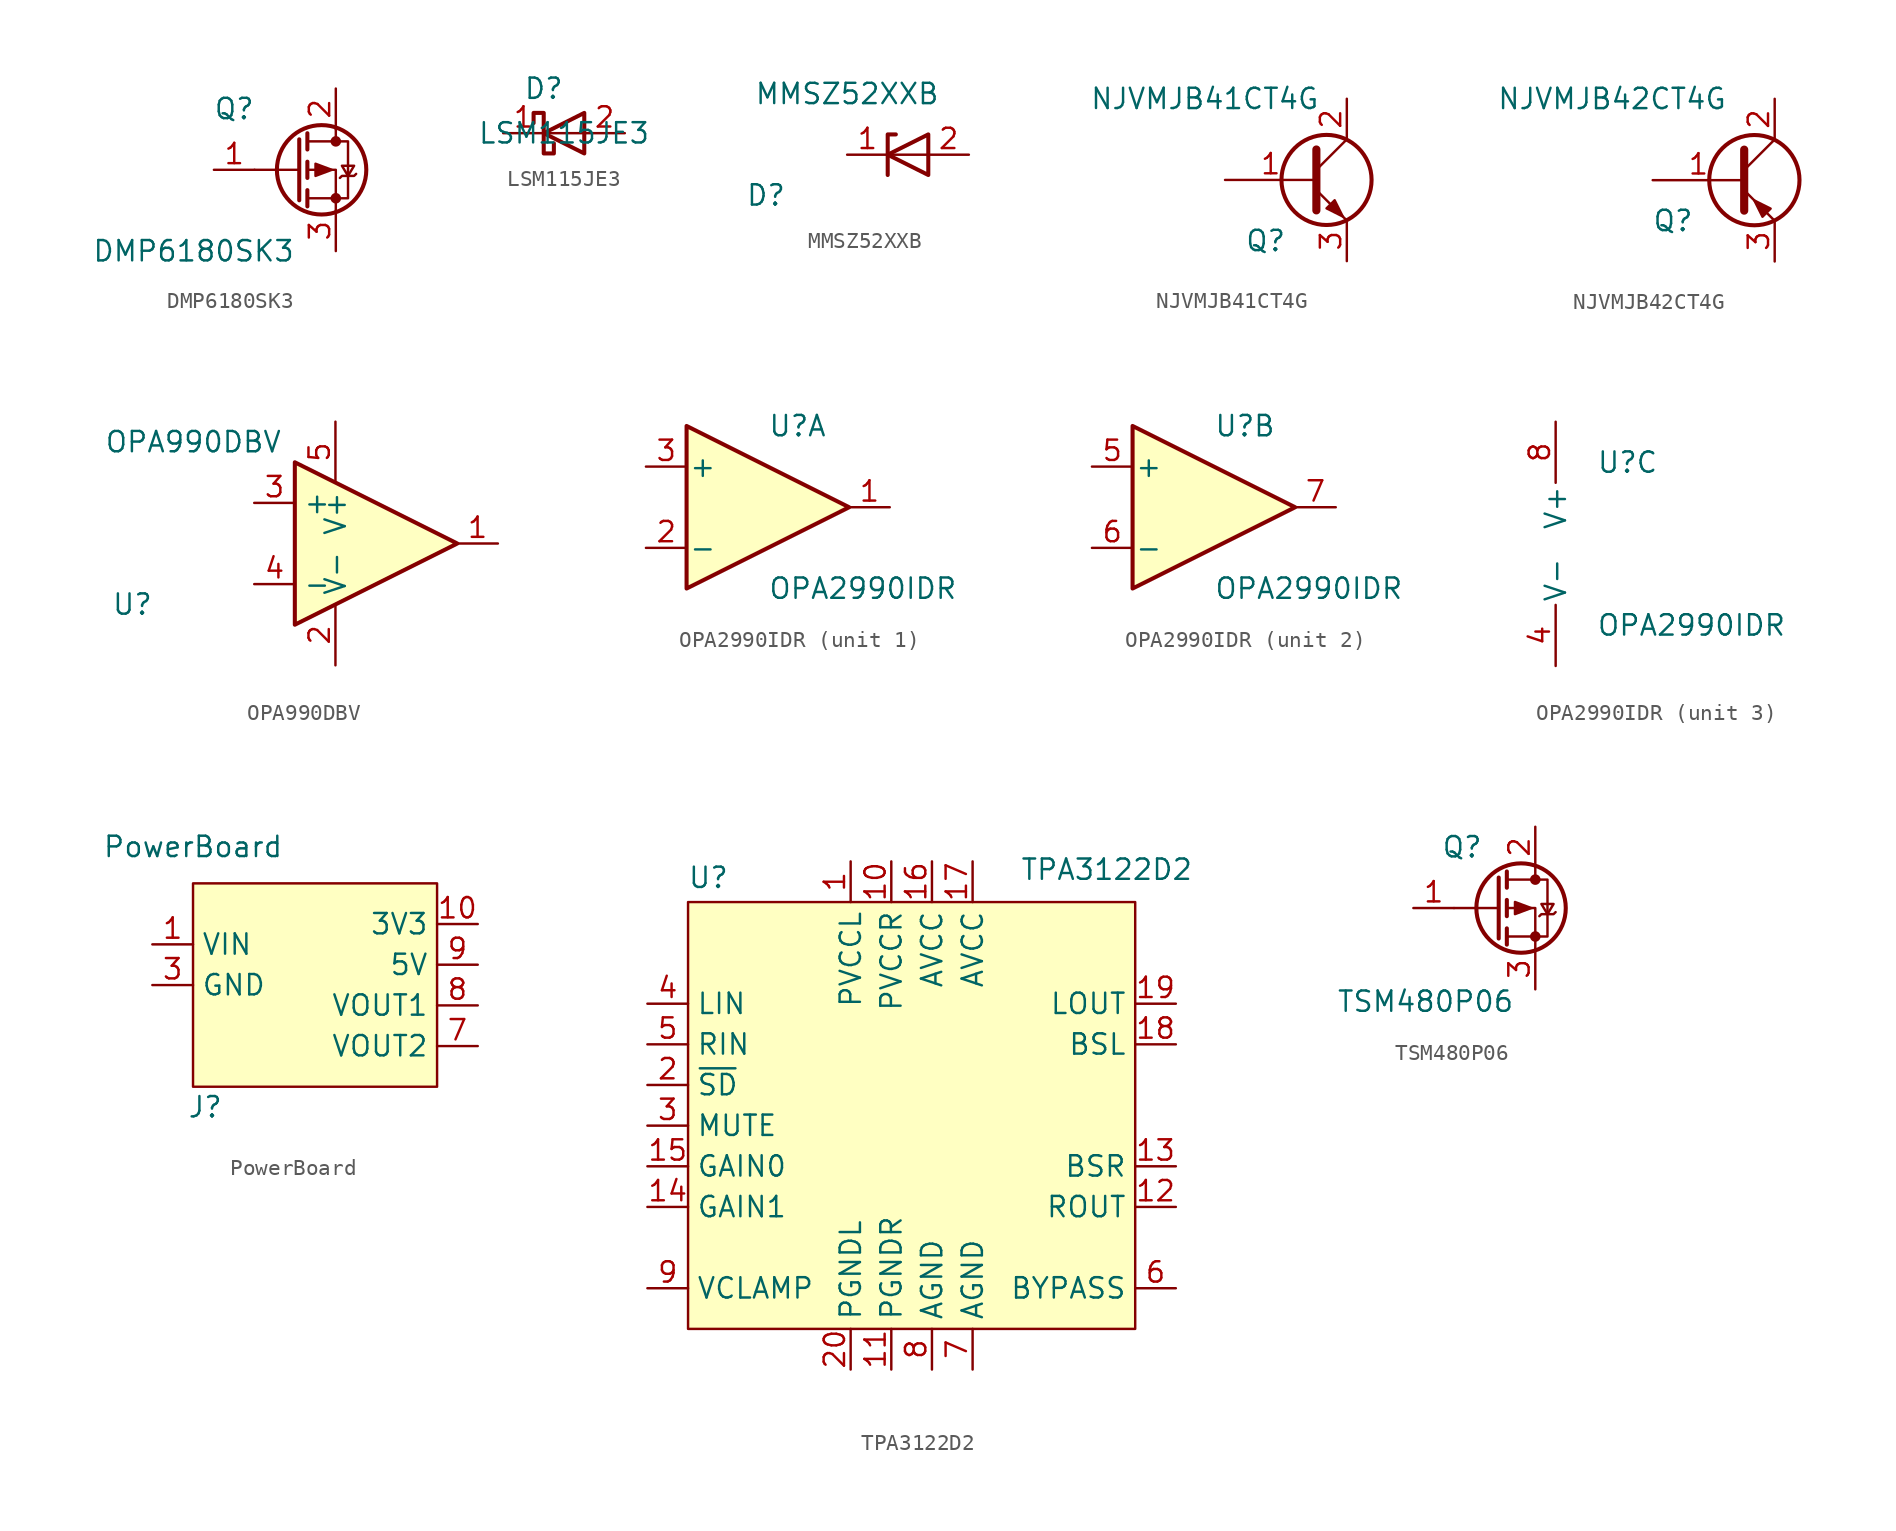
<source format=kicad_sym>
(kicad_symbol_lib
  (version 20231120)
  (generator "kicad_symbol_editor")
  (generator_version "8.0")
  (symbol "DMP6180SK3"
    (pin_names hide)
    (property "Reference" "Q"
      (at -6.35 3.81 0)
      (effects (font (size 1.27 1.27))))
    (property "Value" "DMP6180SK3"
      (at -8.89 -5.08 0)
      (effects (font (size 1.27 1.27))))
    (symbol "DMP6180SK3_0_1"
      (circle (center -0.889 0) (radius 2.794) (stroke (width 0.254) (type default)) (fill (type none)))
      (circle (center 0 -1.778) (radius 0.254) (stroke (width 0) (type default)) (fill (type outline)))
      (polyline (pts (xy -2.286 0) (xy -5.08 0)) (stroke (width 0) (type default)) (fill (type none)))
      (polyline (pts (xy -2.286 1.905) (xy -2.286 -1.905)) (stroke (width 0.254) (type default)) (fill (type none)))
      (polyline (pts (xy -1.778 -1.27) (xy -1.778 -2.286)) (stroke (width 0.254) (type default)) (fill (type none)))
      (polyline (pts (xy -1.778 0.508) (xy -1.778 -0.508)) (stroke (width 0.254) (type default)) (fill (type none)))
      (polyline (pts (xy -1.778 2.286) (xy -1.778 1.27)) (stroke (width 0.254) (type default)) (fill (type none)))
      (polyline (pts (xy 0 2.54) (xy 0 1.778)) (stroke (width 0) (type default)) (fill (type none)))
      (polyline (pts (xy 0 -2.54) (xy 0 0) (xy -1.778 0)) (stroke (width 0) (type default)) (fill (type none)))
      (polyline (pts (xy -1.778 1.778) (xy 0.762 1.778) (xy 0.762 -1.778) (xy -1.778 -1.778)) (stroke (width 0) (type default)) (fill (type none)))
      (polyline (pts (xy -0.254 0) (xy -1.27 0.381) (xy -1.27 -0.381) (xy -0.254 0)) (stroke (width 0) (type default)) (fill (type outline)))
      (polyline (pts (xy 0.254 -0.508) (xy 0.381 -0.381) (xy 1.143 -0.381) (xy 1.27 -0.254)) (stroke (width 0) (type default)) (fill (type none)))
      (polyline (pts (xy 0.762 -0.381) (xy 0.381 0.254) (xy 1.143 0.254) (xy 0.762 -0.381)) (stroke (width 0) (type default)) (fill (type none)))
      (circle (center 0 1.778) (radius 0.254) (stroke (width 0) (type default)) (fill (type outline))))
    (symbol "DMP6180SK3_1_1"
      (pin input line (at -7.62 0 0) (length 2.54) (name "G" (effects (font (size 1.27 1.27)))) (number "1" (effects (font (size 1.27 1.27)))))
      (pin passive line (at 0 5.08 270) (length 2.54) (name "D" (effects (font (size 1.27 1.27)))) (number "2" (effects (font (size 1.27 1.27)))))
      (pin passive line (at 0 -5.08 90) (length 2.54) (name "S" (effects (font (size 1.27 1.27)))) (number "3" (effects (font (size 1.27 1.27)))))))
  (symbol "LSM115JE3"
    (pin_names hide)
    (property "Reference" "D"
      (at -1.27 2.794 0)
      (effects (font (size 1.27 1.27))))
    (property "Value" "LSM115JE3"
      (at 0 0 0)
      (effects (font (size 1.27 1.27))))
    (symbol "LSM115JE3_0_1"
      (polyline (pts (xy 1.27 0) (xy -1.27 0)) (stroke (width 0) (type default)) (fill (type none)))
      (polyline (pts (xy 1.27 1.27) (xy 1.27 -1.27) (xy -1.27 0) (xy 1.27 1.27)) (stroke (width 0.254) (type default)) (fill (type none)))
      (polyline (pts (xy -1.905 0.635) (xy -1.905 1.27) (xy -1.27 1.27) (xy -1.27 -1.27) (xy -0.635 -1.27) (xy -0.635 -0.635)) (stroke (width 0.254) (type default)) (fill (type none))))
    (symbol "LSM115JE3_1_1"
      (pin passive line (at -3.81 0 0) (length 2.54) (name "K" (effects (font (size 1.27 1.27)))) (number "1" (effects (font (size 1.27 1.27)))))
      (pin passive line (at 3.81 0 180) (length 2.54) (name "A" (effects (font (size 1.27 1.27)))) (number "2" (effects (font (size 1.27 1.27)))))))
  (symbol "MMSZ52XXB"
    (pin_names hide)
    (property "Reference" "D"
      (at -7.62 -2.54 0)
      (effects (font (size 1.27 1.27))))
    (property "Value" "MMSZ52XXB"
      (at -2.54 3.81 0)
      (effects (font (size 1.27 1.27))))
    (symbol "MMSZ52XXB_0_1"
      (polyline (pts (xy 2.54 0) (xy 0 0)) (stroke (width 0) (type default)) (fill (type none)))
      (polyline (pts (xy 0 -1.27) (xy 0 1.27) (xy 0.508 1.27)) (stroke (width 0.254) (type default)) (fill (type none)))
      (polyline (pts (xy 2.54 -1.27) (xy 2.54 1.27) (xy 0 0) (xy 2.54 -1.27)) (stroke (width 0.254) (type default)) (fill (type none))))
    (symbol "MMSZ52XXB_1_1"
      (pin passive line (at -2.54 0 0) (length 2.54) (name "K" (effects (font (size 1.27 1.27)))) (number "1" (effects (font (size 1.27 1.27)))))
      (pin passive line (at 5.08 0 180) (length 2.54) (name "A" (effects (font (size 1.27 1.27)))) (number "2" (effects (font (size 1.27 1.27)))))))
  (symbol "NJVMJB41CT4G"
    (pin_names
      (offset 0.002) hide)
    (property "Reference" "Q"
      (at -5.08 -3.81 0)
      (effects (font (size 1.27 1.27))))
    (property "Value" "NJVMJB41CT4G"
      (at -8.89 5.08 0)
      (effects (font (size 1.27 1.27))))
    (symbol "NJVMJB41CT4G_0_1"
      (circle (center -1.27 0) (radius 2.819) (stroke (width 0.254) (type default)) (fill (type none)))
      (polyline (pts (xy -1.905 0.635) (xy 0 2.54)) (stroke (width 0) (type default)) (fill (type none)))
      (polyline (pts (xy -1.905 -0.635) (xy 0 -2.54) (xy 0 -2.54)) (stroke (width 0) (type default)) (fill (type none)))
      (polyline (pts (xy -1.905 1.905) (xy -1.905 -1.905) (xy -1.905 -1.905)) (stroke (width 0.508) (type default)) (fill (type none)))
      (polyline (pts (xy -1.27 -1.778) (xy -0.762 -1.27) (xy -0.254 -2.286) (xy -1.27 -1.778) (xy -1.27 -1.778)) (stroke (width 0) (type default)) (fill (type outline))))
    (symbol "NJVMJB41CT4G_1_1"
      (pin input line (at -7.62 0 0) (length 5.715) (name "B" (effects (font (size 1.27 1.27)))) (number "1" (effects (font (size 1.27 1.27)))))
      (pin passive line (at 0 5.08 270) (length 2.54) (name "C" (effects (font (size 1.27 1.27)))) (number "2" (effects (font (size 1.27 1.27)))))
      (pin passive line (at 0 -5.08 90) (length 2.54) (name "E" (effects (font (size 1.27 1.27)))) (number "3" (effects (font (size 1.27 1.27)))))))
  (symbol "NJVMJB42CT4G"
    (pin_names
      (offset 0.002) hide)
    (property "Reference" "Q"
      (at -5.08 -2.54 0)
      (effects (font (size 1.27 1.27))))
    (property "Value" "NJVMJB42CT4G"
      (at -8.89 5.08 0)
      (effects (font (size 1.27 1.27))))
    (symbol "NJVMJB42CT4G_0_1"
      (polyline (pts (xy -0.635 0.635) (xy 1.27 2.54)) (stroke (width 0) (type default)) (fill (type none)))
      (polyline (pts (xy -0.635 -0.635) (xy 1.27 -2.54) (xy 1.27 -2.54)) (stroke (width 0) (type default)) (fill (type none)))
      (polyline (pts (xy -0.635 1.905) (xy -0.635 -1.905) (xy -0.635 -1.905)) (stroke (width 0.508) (type default)) (fill (type none)))
      (polyline (pts (xy 1.016 -1.778) (xy 0.508 -2.286) (xy 0 -1.27) (xy 1.016 -1.778) (xy 1.016 -1.778)) (stroke (width 0) (type default)) (fill (type outline)))
      (circle (center 0 0) (radius 2.819) (stroke (width 0.254) (type default)) (fill (type none))))
    (symbol "NJVMJB42CT4G_1_1"
      (pin input line (at -6.35 0 0) (length 5.715) (name "B" (effects (font (size 1.27 1.27)))) (number "1" (effects (font (size 1.27 1.27)))))
      (pin passive line (at 1.27 5.08 270) (length 2.54) (name "C" (effects (font (size 1.27 1.27)))) (number "2" (effects (font (size 1.27 1.27)))))
      (pin passive line (at 1.27 -5.08 90) (length 2.54) (name "E" (effects (font (size 1.27 1.27)))) (number "3" (effects (font (size 1.27 1.27)))))))
  (symbol "OPA990DBV"
    (property "Reference" "U"
      (at -12.7 -3.81 0)
      (effects (font (size 1.27 1.27))))
    (property "Value" "OPA990DBV"
      (at -8.89 6.35 0)
      (effects (font (size 1.27 1.27))))
    (symbol "OPA990DBV_0_1"
      (polyline (pts (xy -2.54 5.08) (xy -2.54 -5.08) (xy 7.62 0) (xy -2.54 5.08)) (stroke (width 0.254) (type default)) (fill (type background))))
    (symbol "OPA990DBV_1_1"
      (pin output line (at 10.16 0 180) (length 2.54) (name "~" (effects (font (size 1.27 1.27)))) (number "1" (effects (font (size 1.27 1.27)))))
      (pin power_in line (at 0 -7.62 90) (length 3.81) (name "V-" (effects (font (size 1.27 1.27)))) (number "2" (effects (font (size 1.27 1.27)))))
      (pin input line (at -5.08 2.54 0) (length 2.54) (name "+" (effects (font (size 1.27 1.27)))) (number "3" (effects (font (size 1.27 1.27)))))
      (pin input line (at -5.08 -2.54 0) (length 2.54) (name "-" (effects (font (size 1.27 1.27)))) (number "4" (effects (font (size 1.27 1.27)))))
      (pin power_in line (at 0 7.62 270) (length 3.81) (name "V+" (effects (font (size 1.27 1.27)))) (number "5" (effects (font (size 1.27 1.27)))))))
  (symbol "OPA2990IDR"
    (pin_names
      (offset 0.127))
    (property "Reference" "U"
      (at 0 5.08 0)
      (effects (font (size 1.27 1.27)) (justify left)))
    (property "Value" "OPA2990IDR"
      (at 0 -5.08 0)
      (effects (font (size 1.27 1.27)) (justify left)))
    (property "ki_locked" ""
      (at 0 0 0)
      (effects (font (size 1.27 1.27))))
    (symbol "OPA2990IDR_1_1"
      (polyline (pts (xy -5.08 5.08) (xy 5.08 0) (xy -5.08 -5.08) (xy -5.08 5.08)) (stroke (width 0.254) (type default)) (fill (type background)))
      (pin output line (at 7.62 0 180) (length 2.54) (name "~" (effects (font (size 1.27 1.27)))) (number "1" (effects (font (size 1.27 1.27)))))
      (pin input line (at -7.62 -2.54 0) (length 2.54) (name "-" (effects (font (size 1.27 1.27)))) (number "2" (effects (font (size 1.27 1.27)))))
      (pin input line (at -7.62 2.54 0) (length 2.54) (name "+" (effects (font (size 1.27 1.27)))) (number "3" (effects (font (size 1.27 1.27))))))
    (symbol "OPA2990IDR_2_1"
      (polyline (pts (xy -5.08 5.08) (xy 5.08 0) (xy -5.08 -5.08) (xy -5.08 5.08)) (stroke (width 0.254) (type default)) (fill (type background)))
      (pin input line (at -7.62 2.54 0) (length 2.54) (name "+" (effects (font (size 1.27 1.27)))) (number "5" (effects (font (size 1.27 1.27)))))
      (pin input line (at -7.62 -2.54 0) (length 2.54) (name "-" (effects (font (size 1.27 1.27)))) (number "6" (effects (font (size 1.27 1.27)))))
      (pin output line (at 7.62 0 180) (length 2.54) (name "~" (effects (font (size 1.27 1.27)))) (number "7" (effects (font (size 1.27 1.27))))))
    (symbol "OPA2990IDR_3_1"
      (pin power_in line (at -2.54 -7.62 90) (length 3.81) (name "V-" (effects (font (size 1.27 1.27)))) (number "4" (effects (font (size 1.27 1.27)))))
      (pin power_in line (at -2.54 7.62 270) (length 3.81) (name "V+" (effects (font (size 1.27 1.27)))) (number "8" (effects (font (size 1.27 1.27)))))))
  (symbol "PowerBoard"
    (property "Reference" "J"
      (at -6.858 -8.89 0)
      (effects (font (size 1.27 1.27))))
    (property "Value" "PowerBoard"
      (at -7.62 7.366 0)
      (effects (font (size 1.27 1.27))))
    (symbol "PowerBoard_1_1"
      (rectangle (start -7.62 5.08) (end 7.62 -7.62) (stroke (width 0) (type default)) (fill (type background)))
      (pin power_in line (at -10.16 1.27 0) (length 2.54) (name "VIN" (effects (font (size 1.27 1.27)))) (number "1" (effects (font (size 1.27 1.27)))))
      (pin power_in line (at 10.16 2.54 180) (length 2.54) (name "3V3" (effects (font (size 1.27 1.27)))) (number "10" (effects (font (size 1.27 1.27)))))
      (pin passive line (at -10.16 1.27 0) (length 2.54) hide (name "VIN" (effects (font (size 1.27 1.27)))) (number "2" (effects (font (size 1.27 1.27)))))
      (pin power_in line (at -10.16 -1.27 0) (length 2.54) (name "GND" (effects (font (size 1.27 1.27)))) (number "3" (effects (font (size 1.27 1.27)))))
      (pin passive line (at -10.16 -1.27 0) (length 2.54) hide (name "GND" (effects (font (size 1.27 1.27)))) (number "4" (effects (font (size 1.27 1.27)))))
      (pin passive line (at -10.16 -1.27 0) (length 2.54) hide (name "GND" (effects (font (size 1.27 1.27)))) (number "5" (effects (font (size 1.27 1.27)))))
      (pin passive line (at -10.16 -1.27 0) (length 2.54) hide (name "GND" (effects (font (size 1.27 1.27)))) (number "6" (effects (font (size 1.27 1.27)))))
      (pin power_in line (at 10.16 -5.08 180) (length 2.54) (name "VOUT2" (effects (font (size 1.27 1.27)))) (number "7" (effects (font (size 1.27 1.27)))))
      (pin power_in line (at 10.16 -2.54 180) (length 2.54) (name "VOUT1" (effects (font (size 1.27 1.27)))) (number "8" (effects (font (size 1.27 1.27)))))
      (pin power_in line (at 10.16 0 180) (length 2.54) (name "5V" (effects (font (size 1.27 1.27)))) (number "9" (effects (font (size 1.27 1.27)))))))
  (symbol "TPA3122D2"
    (property "Reference" "U"
      (at -12.7 14.224 0)
      (effects (font (size 1.27 1.27))))
    (property "Value" "TPA3122D2"
      (at 12.192 14.732 0)
      (effects (font (size 1.27 1.27))))
    (symbol "TPA3122D2_1_1"
      (rectangle (start -13.97 12.7) (end 13.97 -13.97) (stroke (width 0) (type default)) (fill (type background)))
      (pin power_in line (at -3.81 15.24 270) (length 2.54) (name "PVCCL" (effects (font (size 1.27 1.27)))) (number "1" (effects (font (size 1.27 1.27)))))
      (pin power_in line (at -1.27 15.24 270) (length 2.54) (name "PVCCR" (effects (font (size 1.27 1.27)))) (number "10" (effects (font (size 1.27 1.27)))))
      (pin power_in line (at -1.27 -16.51 90) (length 2.54) (name "PGNDR" (effects (font (size 1.27 1.27)))) (number "11" (effects (font (size 1.27 1.27)))))
      (pin output line (at 16.51 -6.35 180) (length 2.54) (name "ROUT" (effects (font (size 1.27 1.27)))) (number "12" (effects (font (size 1.27 1.27)))))
      (pin bidirectional line (at 16.51 -3.81 180) (length 2.54) (name "BSR" (effects (font (size 1.27 1.27)))) (number "13" (effects (font (size 1.27 1.27)))))
      (pin input line (at -16.51 -6.35 0) (length 2.54) (name "GAIN1" (effects (font (size 1.27 1.27)))) (number "14" (effects (font (size 1.27 1.27)))))
      (pin input line (at -16.51 -3.81 0) (length 2.54) (name "GAIN0" (effects (font (size 1.27 1.27)))) (number "15" (effects (font (size 1.27 1.27)))))
      (pin power_in line (at 1.27 15.24 270) (length 2.54) (name "AVCC" (effects (font (size 1.27 1.27)))) (number "16" (effects (font (size 1.27 1.27)))))
      (pin power_in line (at 3.81 15.24 270) (length 2.54) (name "AVCC" (effects (font (size 1.27 1.27)))) (number "17" (effects (font (size 1.27 1.27)))))
      (pin bidirectional line (at 16.51 3.81 180) (length 2.54) (name "BSL" (effects (font (size 1.27 1.27)))) (number "18" (effects (font (size 1.27 1.27)))))
      (pin output line (at 16.51 6.35 180) (length 2.54) (name "LOUT" (effects (font (size 1.27 1.27)))) (number "19" (effects (font (size 1.27 1.27)))))
      (pin input line (at -16.51 1.27 0) (length 2.54) (name "~{SD}" (effects (font (size 1.27 1.27)))) (number "2" (effects (font (size 1.27 1.27)))))
      (pin power_in line (at -3.81 -16.51 90) (length 2.54) (name "PGNDL" (effects (font (size 1.27 1.27)))) (number "20" (effects (font (size 1.27 1.27)))))
      (pin input line (at -16.51 -1.27 0) (length 2.54) (name "MUTE" (effects (font (size 1.27 1.27)))) (number "3" (effects (font (size 1.27 1.27)))))
      (pin input line (at -16.51 6.35 0) (length 2.54) (name "LIN" (effects (font (size 1.27 1.27)))) (number "4" (effects (font (size 1.27 1.27)))))
      (pin input line (at -16.51 3.81 0) (length 2.54) (name "RIN" (effects (font (size 1.27 1.27)))) (number "5" (effects (font (size 1.27 1.27)))))
      (pin output line (at 16.51 -11.43 180) (length 2.54) (name "BYPASS" (effects (font (size 1.27 1.27)))) (number "6" (effects (font (size 1.27 1.27)))))
      (pin power_in line (at 3.81 -16.51 90) (length 2.54) (name "AGND" (effects (font (size 1.27 1.27)))) (number "7" (effects (font (size 1.27 1.27)))))
      (pin power_in line (at 1.27 -16.51 90) (length 2.54) (name "AGND" (effects (font (size 1.27 1.27)))) (number "8" (effects (font (size 1.27 1.27)))))
      (pin passive line (at -16.51 -11.43 0) (length 2.54) (name "VCLAMP" (effects (font (size 1.27 1.27)))) (number "9" (effects (font (size 1.27 1.27)))))))
  (symbol "TSM480P06"
    (pin_names hide)
    (property "Reference" "Q"
      (at -4.572 3.81 0)
      (effects (font (size 1.27 1.27))))
    (property "Value" "TSM480P06"
      (at -6.858 -5.842 0)
      (effects (font (size 1.27 1.27))))
    (symbol "TSM480P06_0_1"
      (circle (center -0.889 0) (radius 2.794) (stroke (width 0.254) (type default)) (fill (type none)))
      (circle (center 0 -1.778) (radius 0.254) (stroke (width 0) (type default)) (fill (type outline)))
      (polyline (pts (xy -2.286 0) (xy -5.08 0)) (stroke (width 0) (type default)) (fill (type none)))
      (polyline (pts (xy -2.286 1.905) (xy -2.286 -1.905)) (stroke (width 0.254) (type default)) (fill (type none)))
      (polyline (pts (xy -1.778 -1.27) (xy -1.778 -2.286)) (stroke (width 0.254) (type default)) (fill (type none)))
      (polyline (pts (xy -1.778 0.508) (xy -1.778 -0.508)) (stroke (width 0.254) (type default)) (fill (type none)))
      (polyline (pts (xy -1.778 2.286) (xy -1.778 1.27)) (stroke (width 0.254) (type default)) (fill (type none)))
      (polyline (pts (xy 0 2.54) (xy 0 1.778)) (stroke (width 0) (type default)) (fill (type none)))
      (polyline (pts (xy 0 -2.54) (xy 0 0) (xy -1.778 0)) (stroke (width 0) (type default)) (fill (type none)))
      (polyline (pts (xy -1.778 1.778) (xy 0.762 1.778) (xy 0.762 -1.778) (xy -1.778 -1.778)) (stroke (width 0) (type default)) (fill (type none)))
      (polyline (pts (xy -0.254 0) (xy -1.27 0.381) (xy -1.27 -0.381) (xy -0.254 0)) (stroke (width 0) (type default)) (fill (type outline)))
      (polyline (pts (xy 0.254 -0.508) (xy 0.381 -0.381) (xy 1.143 -0.381) (xy 1.27 -0.254)) (stroke (width 0) (type default)) (fill (type none)))
      (polyline (pts (xy 0.762 -0.381) (xy 0.381 0.254) (xy 1.143 0.254) (xy 0.762 -0.381)) (stroke (width 0) (type default)) (fill (type none)))
      (circle (center 0 1.778) (radius 0.254) (stroke (width 0) (type default)) (fill (type outline))))
    (symbol "TSM480P06_1_1"
      (pin input line (at -7.62 0 0) (length 2.54) (name "G" (effects (font (size 1.27 1.27)))) (number "1" (effects (font (size 1.27 1.27)))))
      (pin passive line (at 0 5.08 270) (length 2.54) (name "D" (effects (font (size 1.27 1.27)))) (number "2" (effects (font (size 1.27 1.27)))))
      (pin passive line (at 0 -5.08 90) (length 2.54) (name "S" (effects (font (size 1.27 1.27)))) (number "3" (effects (font (size 1.27 1.27))))))))
</source>
